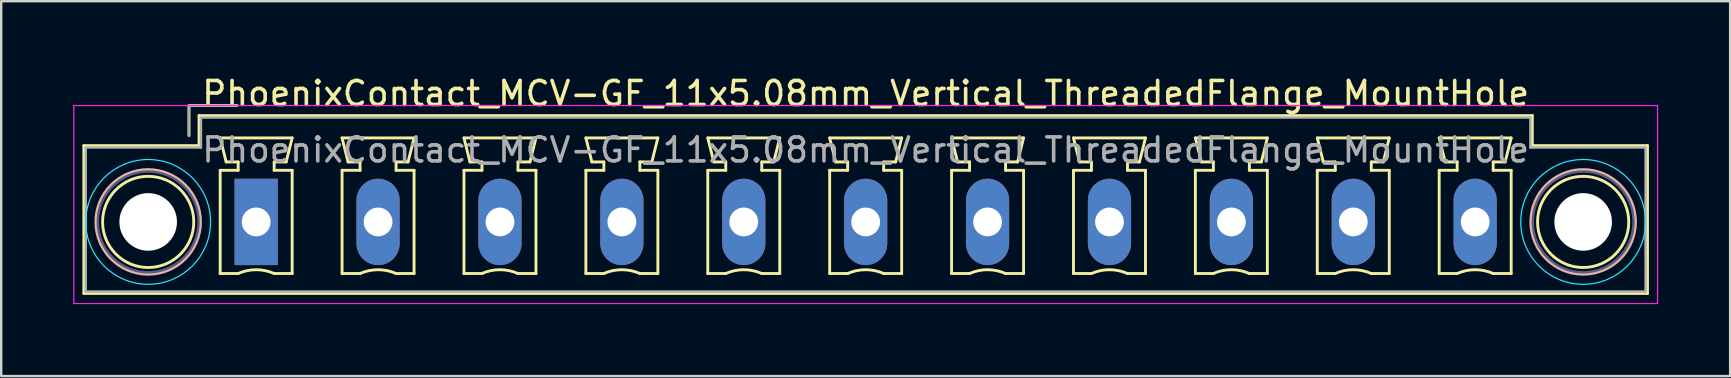
<source format=kicad_pcb>
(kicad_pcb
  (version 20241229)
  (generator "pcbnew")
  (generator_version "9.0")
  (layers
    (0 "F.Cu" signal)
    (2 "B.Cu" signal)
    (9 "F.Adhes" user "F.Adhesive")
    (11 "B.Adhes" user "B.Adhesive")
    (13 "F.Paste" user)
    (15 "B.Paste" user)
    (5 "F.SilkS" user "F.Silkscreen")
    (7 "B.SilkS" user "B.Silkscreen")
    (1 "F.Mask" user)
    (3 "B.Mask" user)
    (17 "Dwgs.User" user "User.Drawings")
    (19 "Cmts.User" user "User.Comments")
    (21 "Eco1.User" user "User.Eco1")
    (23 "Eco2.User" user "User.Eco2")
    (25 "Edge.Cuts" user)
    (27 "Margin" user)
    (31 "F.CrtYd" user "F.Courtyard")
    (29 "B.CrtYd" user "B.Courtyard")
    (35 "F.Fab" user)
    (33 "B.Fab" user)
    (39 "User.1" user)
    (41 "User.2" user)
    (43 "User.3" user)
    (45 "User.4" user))
  (footprint "PhoenixContact_MCV-GF_11x5.08mm_Vertical_ThreadedFlange_MountHole"
    (layer "F.Cu")
    (at 7.625 6.198)
    (property "Reference" "PhoenixContact_MCV-GF_11x5.08mm_Vertical_ThreadedFlange_MountHole" (at 25.4 -5.35 0) (layer "F.SilkS") (effects (font (size 1 1) (thickness 0.15))))
    (attr through_hole)
    (fp_line (start -7.18 -3.18) (end -7.18 2.98) (stroke (width 0.12) (type solid)) (layer "F.SilkS"))
    (fp_line (start -7.18 2.98) (end 57.98 2.98) (stroke (width 0.12) (type solid)) (layer "F.SilkS"))
    (fp_line (start -2.8 -4.85) (end -0.8 -4.85) (stroke (width 0.12) (type solid)) (layer "F.SilkS"))
    (fp_line (start -2.8 -3.6) (end -2.8 -4.85) (stroke (width 0.12) (type solid)) (layer "F.SilkS"))
    (fp_line (start -2.38 -4.43) (end -2.38 -3.18) (stroke (width 0.12) (type solid)) (layer "F.SilkS"))
    (fp_line (start -2.38 -3.18) (end -7.18 -3.18) (stroke (width 0.12) (type solid)) (layer "F.SilkS"))
    (fp_line (start -1.5 -3.5) (end 1.5 -3.5) (stroke (width 0.12) (type solid)) (layer "F.SilkS"))
    (fp_line (start -1.5 -2.15) (end -0.75 -2.15) (stroke (width 0.12) (type solid)) (layer "F.SilkS"))
    (fp_line (start -1.5 2.15) (end -1.5 -2.15) (stroke (width 0.12) (type solid)) (layer "F.SilkS"))
    (fp_line (start -1.25 -2.5) (end -1.5 -3.5) (stroke (width 0.12) (type solid)) (layer "F.SilkS"))
    (fp_line (start -0.75 -2.5) (end -1.25 -2.5) (stroke (width 0.12) (type solid)) (layer "F.SilkS"))
    (fp_line (start -0.75 -2.15) (end -0.75 -2.5) (stroke (width 0.12) (type solid)) (layer "F.SilkS"))
    (fp_line (start -0.75 2.15) (end -1.5 2.15) (stroke (width 0.12) (type solid)) (layer "F.SilkS"))
    (fp_line (start 0.75 -2.5) (end 0.75 -2.15) (stroke (width 0.12) (type solid)) (layer "F.SilkS"))
    (fp_line (start 0.75 -2.15) (end 1.5 -2.15) (stroke (width 0.12) (type solid)) (layer "F.SilkS"))
    (fp_line (start 1.25 -2.5) (end 0.75 -2.5) (stroke (width 0.12) (type solid)) (layer "F.SilkS"))
    (fp_line (start 1.5 -3.5) (end 1.25 -2.5) (stroke (width 0.12) (type solid)) (layer "F.SilkS"))
    (fp_line (start 1.5 -2.15) (end 1.5 2.15) (stroke (width 0.12) (type solid)) (layer "F.SilkS"))
    (fp_line (start 1.5 2.15) (end 0.75 2.15) (stroke (width 0.12) (type solid)) (layer "F.SilkS"))
    (fp_line (start 3.58 -3.5) (end 6.58 -3.5) (stroke (width 0.12) (type solid)) (layer "F.SilkS"))
    (fp_line (start 3.58 -2.15) (end 4.33 -2.15) (stroke (width 0.12) (type solid)) (layer "F.SilkS"))
    (fp_line (start 3.58 2.15) (end 3.58 -2.15) (stroke (width 0.12) (type solid)) (layer "F.SilkS"))
    (fp_line (start 3.83 -2.5) (end 3.58 -3.5) (stroke (width 0.12) (type solid)) (layer "F.SilkS"))
    (fp_line (start 4.33 -2.5) (end 3.83 -2.5) (stroke (width 0.12) (type solid)) (layer "F.SilkS"))
    (fp_line (start 4.33 -2.15) (end 4.33 -2.5) (stroke (width 0.12) (type solid)) (layer "F.SilkS"))
    (fp_line (start 4.33 2.15) (end 3.58 2.15) (stroke (width 0.12) (type solid)) (layer "F.SilkS"))
    (fp_line (start 5.83 -2.5) (end 5.83 -2.15) (stroke (width 0.12) (type solid)) (layer "F.SilkS"))
    (fp_line (start 5.83 -2.15) (end 6.58 -2.15) (stroke (width 0.12) (type solid)) (layer "F.SilkS"))
    (fp_line (start 6.33 -2.5) (end 5.83 -2.5) (stroke (width 0.12) (type solid)) (layer "F.SilkS"))
    (fp_line (start 6.58 -3.5) (end 6.33 -2.5) (stroke (width 0.12) (type solid)) (layer "F.SilkS"))
    (fp_line (start 6.58 -2.15) (end 6.58 2.15) (stroke (width 0.12) (type solid)) (layer "F.SilkS"))
    (fp_line (start 6.58 2.15) (end 5.83 2.15) (stroke (width 0.12) (type solid)) (layer "F.SilkS"))
    (fp_line (start 8.66 -3.5) (end 11.66 -3.5) (stroke (width 0.12) (type solid)) (layer "F.SilkS"))
    (fp_line (start 8.66 -2.15) (end 9.41 -2.15) (stroke (width 0.12) (type solid)) (layer "F.SilkS"))
    (fp_line (start 8.66 2.15) (end 8.66 -2.15) (stroke (width 0.12) (type solid)) (layer "F.SilkS"))
    (fp_line (start 8.91 -2.5) (end 8.66 -3.5) (stroke (width 0.12) (type solid)) (layer "F.SilkS"))
    (fp_line (start 9.41 -2.5) (end 8.91 -2.5) (stroke (width 0.12) (type solid)) (layer "F.SilkS"))
    (fp_line (start 9.41 -2.15) (end 9.41 -2.5) (stroke (width 0.12) (type solid)) (layer "F.SilkS"))
    (fp_line (start 9.41 2.15) (end 8.66 2.15) (stroke (width 0.12) (type solid)) (layer "F.SilkS"))
    (fp_line (start 10.91 -2.5) (end 10.91 -2.15) (stroke (width 0.12) (type solid)) (layer "F.SilkS"))
    (fp_line (start 10.91 -2.15) (end 11.66 -2.15) (stroke (width 0.12) (type solid)) (layer "F.SilkS"))
    (fp_line (start 11.41 -2.5) (end 10.91 -2.5) (stroke (width 0.12) (type solid)) (layer "F.SilkS"))
    (fp_line (start 11.66 -3.5) (end 11.41 -2.5) (stroke (width 0.12) (type solid)) (layer "F.SilkS"))
    (fp_line (start 11.66 -2.15) (end 11.66 2.15) (stroke (width 0.12) (type solid)) (layer "F.SilkS"))
    (fp_line (start 11.66 2.15) (end 10.91 2.15) (stroke (width 0.12) (type solid)) (layer "F.SilkS"))
    (fp_line (start 13.74 -3.5) (end 16.74 -3.5) (stroke (width 0.12) (type solid)) (layer "F.SilkS"))
    (fp_line (start 13.74 -2.15) (end 14.49 -2.15) (stroke (width 0.12) (type solid)) (layer "F.SilkS"))
    (fp_line (start 13.74 2.15) (end 13.74 -2.15) (stroke (width 0.12) (type solid)) (layer "F.SilkS"))
    (fp_line (start 13.99 -2.5) (end 13.74 -3.5) (stroke (width 0.12) (type solid)) (layer "F.SilkS"))
    (fp_line (start 14.49 -2.5) (end 13.99 -2.5) (stroke (width 0.12) (type solid)) (layer "F.SilkS"))
    (fp_line (start 14.49 -2.15) (end 14.49 -2.5) (stroke (width 0.12) (type solid)) (layer "F.SilkS"))
    (fp_line (start 14.49 2.15) (end 13.74 2.15) (stroke (width 0.12) (type solid)) (layer "F.SilkS"))
    (fp_line (start 15.99 -2.5) (end 15.99 -2.15) (stroke (width 0.12) (type solid)) (layer "F.SilkS"))
    (fp_line (start 15.99 -2.15) (end 16.74 -2.15) (stroke (width 0.12) (type solid)) (layer "F.SilkS"))
    (fp_line (start 16.49 -2.5) (end 15.99 -2.5) (stroke (width 0.12) (type solid)) (layer "F.SilkS"))
    (fp_line (start 16.74 -3.5) (end 16.49 -2.5) (stroke (width 0.12) (type solid)) (layer "F.SilkS"))
    (fp_line (start 16.74 -2.15) (end 16.74 2.15) (stroke (width 0.12) (type solid)) (layer "F.SilkS"))
    (fp_line (start 16.74 2.15) (end 15.99 2.15) (stroke (width 0.12) (type solid)) (layer "F.SilkS"))
    (fp_line (start 18.82 -3.5) (end 21.82 -3.5) (stroke (width 0.12) (type solid)) (layer "F.SilkS"))
    (fp_line (start 18.82 -2.15) (end 19.57 -2.15) (stroke (width 0.12) (type solid)) (layer "F.SilkS"))
    (fp_line (start 18.82 2.15) (end 18.82 -2.15) (stroke (width 0.12) (type solid)) (layer "F.SilkS"))
    (fp_line (start 19.07 -2.5) (end 18.82 -3.5) (stroke (width 0.12) (type solid)) (layer "F.SilkS"))
    (fp_line (start 19.57 -2.5) (end 19.07 -2.5) (stroke (width 0.12) (type solid)) (layer "F.SilkS"))
    (fp_line (start 19.57 -2.15) (end 19.57 -2.5) (stroke (width 0.12) (type solid)) (layer "F.SilkS"))
    (fp_line (start 19.57 2.15) (end 18.82 2.15) (stroke (width 0.12) (type solid)) (layer "F.SilkS"))
    (fp_line (start 21.07 -2.5) (end 21.07 -2.15) (stroke (width 0.12) (type solid)) (layer "F.SilkS"))
    (fp_line (start 21.07 -2.15) (end 21.82 -2.15) (stroke (width 0.12) (type solid)) (layer "F.SilkS"))
    (fp_line (start 21.57 -2.5) (end 21.07 -2.5) (stroke (width 0.12) (type solid)) (layer "F.SilkS"))
    (fp_line (start 21.82 -3.5) (end 21.57 -2.5) (stroke (width 0.12) (type solid)) (layer "F.SilkS"))
    (fp_line (start 21.82 -2.15) (end 21.82 2.15) (stroke (width 0.12) (type solid)) (layer "F.SilkS"))
    (fp_line (start 21.82 2.15) (end 21.07 2.15) (stroke (width 0.12) (type solid)) (layer "F.SilkS"))
    (fp_line (start 23.9 -3.5) (end 26.9 -3.5) (stroke (width 0.12) (type solid)) (layer "F.SilkS"))
    (fp_line (start 23.9 -2.15) (end 24.65 -2.15) (stroke (width 0.12) (type solid)) (layer "F.SilkS"))
    (fp_line (start 23.9 2.15) (end 23.9 -2.15) (stroke (width 0.12) (type solid)) (layer "F.SilkS"))
    (fp_line (start 24.15 -2.5) (end 23.9 -3.5) (stroke (width 0.12) (type solid)) (layer "F.SilkS"))
    (fp_line (start 24.65 -2.5) (end 24.15 -2.5) (stroke (width 0.12) (type solid)) (layer "F.SilkS"))
    (fp_line (start 24.65 -2.15) (end 24.65 -2.5) (stroke (width 0.12) (type solid)) (layer "F.SilkS"))
    (fp_line (start 24.65 2.15) (end 23.9 2.15) (stroke (width 0.12) (type solid)) (layer "F.SilkS"))
    (fp_line (start 26.15 -2.5) (end 26.15 -2.15) (stroke (width 0.12) (type solid)) (layer "F.SilkS"))
    (fp_line (start 26.15 -2.15) (end 26.9 -2.15) (stroke (width 0.12) (type solid)) (layer "F.SilkS"))
    (fp_line (start 26.65 -2.5) (end 26.15 -2.5) (stroke (width 0.12) (type solid)) (layer "F.SilkS"))
    (fp_line (start 26.9 -3.5) (end 26.65 -2.5) (stroke (width 0.12) (type solid)) (layer "F.SilkS"))
    (fp_line (start 26.9 -2.15) (end 26.9 2.15) (stroke (width 0.12) (type solid)) (layer "F.SilkS"))
    (fp_line (start 26.9 2.15) (end 26.15 2.15) (stroke (width 0.12) (type solid)) (layer "F.SilkS"))
    (fp_line (start 28.98 -3.5) (end 31.98 -3.5) (stroke (width 0.12) (type solid)) (layer "F.SilkS"))
    (fp_line (start 28.98 -2.15) (end 29.73 -2.15) (stroke (width 0.12) (type solid)) (layer "F.SilkS"))
    (fp_line (start 28.98 2.15) (end 28.98 -2.15) (stroke (width 0.12) (type solid)) (layer "F.SilkS"))
    (fp_line (start 29.23 -2.5) (end 28.98 -3.5) (stroke (width 0.12) (type solid)) (layer "F.SilkS"))
    (fp_line (start 29.73 -2.5) (end 29.23 -2.5) (stroke (width 0.12) (type solid)) (layer "F.SilkS"))
    (fp_line (start 29.73 -2.15) (end 29.73 -2.5) (stroke (width 0.12) (type solid)) (layer "F.SilkS"))
    (fp_line (start 29.73 2.15) (end 28.98 2.15) (stroke (width 0.12) (type solid)) (layer "F.SilkS"))
    (fp_line (start 31.23 -2.5) (end 31.23 -2.15) (stroke (width 0.12) (type solid)) (layer "F.SilkS"))
    (fp_line (start 31.23 -2.15) (end 31.98 -2.15) (stroke (width 0.12) (type solid)) (layer "F.SilkS"))
    (fp_line (start 31.73 -2.5) (end 31.23 -2.5) (stroke (width 0.12) (type solid)) (layer "F.SilkS"))
    (fp_line (start 31.98 -3.5) (end 31.73 -2.5) (stroke (width 0.12) (type solid)) (layer "F.SilkS"))
    (fp_line (start 31.98 -2.15) (end 31.98 2.15) (stroke (width 0.12) (type solid)) (layer "F.SilkS"))
    (fp_line (start 31.98 2.15) (end 31.23 2.15) (stroke (width 0.12) (type solid)) (layer "F.SilkS"))
    (fp_line (start 34.06 -3.5) (end 37.06 -3.5) (stroke (width 0.12) (type solid)) (layer "F.SilkS"))
    (fp_line (start 34.06 -2.15) (end 34.81 -2.15) (stroke (width 0.12) (type solid)) (layer "F.SilkS"))
    (fp_line (start 34.06 2.15) (end 34.06 -2.15) (stroke (width 0.12) (type solid)) (layer "F.SilkS"))
    (fp_line (start 34.31 -2.5) (end 34.06 -3.5) (stroke (width 0.12) (type solid)) (layer "F.SilkS"))
    (fp_line (start 34.81 -2.5) (end 34.31 -2.5) (stroke (width 0.12) (type solid)) (layer "F.SilkS"))
    (fp_line (start 34.81 -2.15) (end 34.81 -2.5) (stroke (width 0.12) (type solid)) (layer "F.SilkS"))
    (fp_line (start 34.81 2.15) (end 34.06 2.15) (stroke (width 0.12) (type solid)) (layer "F.SilkS"))
    (fp_line (start 36.31 -2.5) (end 36.31 -2.15) (stroke (width 0.12) (type solid)) (layer "F.SilkS"))
    (fp_line (start 36.31 -2.15) (end 37.06 -2.15) (stroke (width 0.12) (type solid)) (layer "F.SilkS"))
    (fp_line (start 36.81 -2.5) (end 36.31 -2.5) (stroke (width 0.12) (type solid)) (layer "F.SilkS"))
    (fp_line (start 37.06 -3.5) (end 36.81 -2.5) (stroke (width 0.12) (type solid)) (layer "F.SilkS"))
    (fp_line (start 37.06 -2.15) (end 37.06 2.15) (stroke (width 0.12) (type solid)) (layer "F.SilkS"))
    (fp_line (start 37.06 2.15) (end 36.31 2.15) (stroke (width 0.12) (type solid)) (layer "F.SilkS"))
    (fp_line (start 39.14 -3.5) (end 42.14 -3.5) (stroke (width 0.12) (type solid)) (layer "F.SilkS"))
    (fp_line (start 39.14 -2.15) (end 39.89 -2.15) (stroke (width 0.12) (type solid)) (layer "F.SilkS"))
    (fp_line (start 39.14 2.15) (end 39.14 -2.15) (stroke (width 0.12) (type solid)) (layer "F.SilkS"))
    (fp_line (start 39.39 -2.5) (end 39.14 -3.5) (stroke (width 0.12) (type solid)) (layer "F.SilkS"))
    (fp_line (start 39.89 -2.5) (end 39.39 -2.5) (stroke (width 0.12) (type solid)) (layer "F.SilkS"))
    (fp_line (start 39.89 -2.15) (end 39.89 -2.5) (stroke (width 0.12) (type solid)) (layer "F.SilkS"))
    (fp_line (start 39.89 2.15) (end 39.14 2.15) (stroke (width 0.12) (type solid)) (layer "F.SilkS"))
    (fp_line (start 41.39 -2.5) (end 41.39 -2.15) (stroke (width 0.12) (type solid)) (layer "F.SilkS"))
    (fp_line (start 41.39 -2.15) (end 42.14 -2.15) (stroke (width 0.12) (type solid)) (layer "F.SilkS"))
    (fp_line (start 41.89 -2.5) (end 41.39 -2.5) (stroke (width 0.12) (type solid)) (layer "F.SilkS"))
    (fp_line (start 42.14 -3.5) (end 41.89 -2.5) (stroke (width 0.12) (type solid)) (layer "F.SilkS"))
    (fp_line (start 42.14 -2.15) (end 42.14 2.15) (stroke (width 0.12) (type solid)) (layer "F.SilkS"))
    (fp_line (start 42.14 2.15) (end 41.39 2.15) (stroke (width 0.12) (type solid)) (layer "F.SilkS"))
    (fp_line (start 44.22 -3.5) (end 47.22 -3.5) (stroke (width 0.12) (type solid)) (layer "F.SilkS"))
    (fp_line (start 44.22 -2.15) (end 44.97 -2.15) (stroke (width 0.12) (type solid)) (layer "F.SilkS"))
    (fp_line (start 44.22 2.15) (end 44.22 -2.15) (stroke (width 0.12) (type solid)) (layer "F.SilkS"))
    (fp_line (start 44.47 -2.5) (end 44.22 -3.5) (stroke (width 0.12) (type solid)) (layer "F.SilkS"))
    (fp_line (start 44.97 -2.5) (end 44.47 -2.5) (stroke (width 0.12) (type solid)) (layer "F.SilkS"))
    (fp_line (start 44.97 -2.15) (end 44.97 -2.5) (stroke (width 0.12) (type solid)) (layer "F.SilkS"))
    (fp_line (start 44.97 2.15) (end 44.22 2.15) (stroke (width 0.12) (type solid)) (layer "F.SilkS"))
    (fp_line (start 46.47 -2.5) (end 46.47 -2.15) (stroke (width 0.12) (type solid)) (layer "F.SilkS"))
    (fp_line (start 46.47 -2.15) (end 47.22 -2.15) (stroke (width 0.12) (type solid)) (layer "F.SilkS"))
    (fp_line (start 46.97 -2.5) (end 46.47 -2.5) (stroke (width 0.12) (type solid)) (layer "F.SilkS"))
    (fp_line (start 47.22 -3.5) (end 46.97 -2.5) (stroke (width 0.12) (type solid)) (layer "F.SilkS"))
    (fp_line (start 47.22 -2.15) (end 47.22 2.15) (stroke (width 0.12) (type solid)) (layer "F.SilkS"))
    (fp_line (start 47.22 2.15) (end 46.47 2.15) (stroke (width 0.12) (type solid)) (layer "F.SilkS"))
    (fp_line (start 49.3 -3.5) (end 52.3 -3.5) (stroke (width 0.12) (type solid)) (layer "F.SilkS"))
    (fp_line (start 49.3 -2.15) (end 50.05 -2.15) (stroke (width 0.12) (type solid)) (layer "F.SilkS"))
    (fp_line (start 49.3 2.15) (end 49.3 -2.15) (stroke (width 0.12) (type solid)) (layer "F.SilkS"))
    (fp_line (start 49.55 -2.5) (end 49.3 -3.5) (stroke (width 0.12) (type solid)) (layer "F.SilkS"))
    (fp_line (start 50.05 -2.5) (end 49.55 -2.5) (stroke (width 0.12) (type solid)) (layer "F.SilkS"))
    (fp_line (start 50.05 -2.15) (end 50.05 -2.5) (stroke (width 0.12) (type solid)) (layer "F.SilkS"))
    (fp_line (start 50.05 2.15) (end 49.3 2.15) (stroke (width 0.12) (type solid)) (layer "F.SilkS"))
    (fp_line (start 51.55 -2.5) (end 51.55 -2.15) (stroke (width 0.12) (type solid)) (layer "F.SilkS"))
    (fp_line (start 51.55 -2.15) (end 52.3 -2.15) (stroke (width 0.12) (type solid)) (layer "F.SilkS"))
    (fp_line (start 52.05 -2.5) (end 51.55 -2.5) (stroke (width 0.12) (type solid)) (layer "F.SilkS"))
    (fp_line (start 52.3 -3.5) (end 52.05 -2.5) (stroke (width 0.12) (type solid)) (layer "F.SilkS"))
    (fp_line (start 52.3 -2.15) (end 52.3 2.15) (stroke (width 0.12) (type solid)) (layer "F.SilkS"))
    (fp_line (start 52.3 2.15) (end 51.55 2.15) (stroke (width 0.12) (type solid)) (layer "F.SilkS"))
    (fp_line (start 53.18 -4.43) (end -2.38 -4.43) (stroke (width 0.12) (type solid)) (layer "F.SilkS"))
    (fp_line (start 53.18 -3.18) (end 53.18 -4.43) (stroke (width 0.12) (type solid)) (layer "F.SilkS"))
    (fp_line (start 57.98 -3.18) (end 53.18 -3.18) (stroke (width 0.12) (type solid)) (layer "F.SilkS"))
    (fp_line (start 57.98 2.98) (end 57.98 -3.18) (stroke (width 0.12) (type solid)) (layer "F.SilkS"))
    (fp_arc (start -0.75 2.15) (mid -0.000193 1.99191) (end 0.749647 2.149844) (stroke (width 0.12) (type solid)) (layer "F.SilkS"))
    (fp_arc (start 4.33 2.15) (mid 5.079807 1.99191) (end 5.829647 2.149844) (stroke (width 0.12) (type solid)) (layer "F.SilkS"))
    (fp_arc (start 9.41 2.15) (mid 10.159807 1.99191) (end 10.909647 2.149844) (stroke (width 0.12) (type solid)) (layer "F.SilkS"))
    (fp_arc (start 14.49 2.15) (mid 15.239807 1.99191) (end 15.989647 2.149844) (stroke (width 0.12) (type solid)) (layer "F.SilkS"))
    (fp_arc (start 19.57 2.15) (mid 20.319807 1.99191) (end 21.069647 2.149844) (stroke (width 0.12) (type solid)) (layer "F.SilkS"))
    (fp_arc (start 24.65 2.15) (mid 25.399807 1.99191) (end 26.149647 2.149844) (stroke (width 0.12) (type solid)) (layer "F.SilkS"))
    (fp_arc (start 29.73 2.15) (mid 30.479807 1.99191) (end 31.229647 2.149844) (stroke (width 0.12) (type solid)) (layer "F.SilkS"))
    (fp_arc (start 34.81 2.15) (mid 35.559807 1.99191) (end 36.309647 2.149844) (stroke (width 0.12) (type solid)) (layer "F.SilkS"))
    (fp_arc (start 39.89 2.15) (mid 40.639807 1.99191) (end 41.389647 2.149844) (stroke (width 0.12) (type solid)) (layer "F.SilkS"))
    (fp_arc (start 44.97 2.15) (mid 45.719807 1.99191) (end 46.469647 2.149844) (stroke (width 0.12) (type solid)) (layer "F.SilkS"))
    (fp_arc (start 50.05 2.15) (mid 50.799807 1.99191) (end 51.549647 2.149844) (stroke (width 0.12) (type solid)) (layer "F.SilkS"))
    (fp_circle (center -4.5 0) (end -2.6 0) (stroke (width 0.12) (type solid)) (fill no) (layer "F.SilkS"))
    (fp_circle (center 55.3 0) (end 57.2 0) (stroke (width 0.12) (type solid)) (fill no) (layer "F.SilkS"))
    (fp_circle (center -4.5 0) (end -2.32 0) (stroke (width 0.12) (type solid)) (fill no) (layer "B.SilkS"))
    (fp_circle (center 55.3 0) (end 57.48 0) (stroke (width 0.12) (type solid)) (fill no) (layer "B.SilkS"))
    (fp_circle (center -4.5 0) (end -1.9 0) (stroke (width 0.05) (type solid)) (fill no) (layer "B.CrtYd"))
    (fp_circle (center 55.3 0) (end 57.9 0) (stroke (width 0.05) (type solid)) (fill no) (layer "B.CrtYd"))
    (fp_line (start -7.6 -4.85) (end -7.6 3.4) (stroke (width 0.05) (type solid)) (layer "F.CrtYd"))
    (fp_line (start -7.6 3.4) (end 58.4 3.4) (stroke (width 0.05) (type solid)) (layer "F.CrtYd"))
    (fp_line (start 58.4 -4.85) (end -7.6 -4.85) (stroke (width 0.05) (type solid)) (layer "F.CrtYd"))
    (fp_line (start 58.4 3.4) (end 58.4 -4.85) (stroke (width 0.05) (type solid)) (layer "F.CrtYd"))
    (fp_circle (center -4.5 0) (end -2.4 0) (stroke (width 0.1) (type solid)) (fill no) (layer "B.Fab"))
    (fp_circle (center 55.3 0) (end 57.4 0) (stroke (width 0.1) (type solid)) (fill no) (layer "B.Fab"))
    (fp_line (start -7.1 -3.1) (end -7.1 2.9) (stroke (width 0.1) (type solid)) (layer "F.Fab"))
    (fp_line (start -7.1 2.9) (end 57.9 2.9) (stroke (width 0.1) (type solid)) (layer "F.Fab"))
    (fp_line (start -2.8 -4.85) (end -0.8 -4.85) (stroke (width 0.1) (type solid)) (layer "F.Fab"))
    (fp_line (start -2.8 -3.6) (end -2.8 -4.85) (stroke (width 0.1) (type solid)) (layer "F.Fab"))
    (fp_line (start -2.3 -4.35) (end -2.3 -3.1) (stroke (width 0.1) (type solid)) (layer "F.Fab"))
    (fp_line (start -2.3 -3.1) (end -7.1 -3.1) (stroke (width 0.1) (type solid)) (layer "F.Fab"))
    (fp_line (start 53.1 -4.35) (end -2.3 -4.35) (stroke (width 0.1) (type solid)) (layer "F.Fab"))
    (fp_line (start 53.1 -3.1) (end 53.1 -4.35) (stroke (width 0.1) (type solid)) (layer "F.Fab"))
    (fp_line (start 57.9 -3.1) (end 53.1 -3.1) (stroke (width 0.1) (type solid)) (layer "F.Fab"))
    (fp_line (start 57.9 2.9) (end 57.9 -3.1) (stroke (width 0.1) (type solid)) (layer "F.Fab"))
    (fp_text user "${REFERENCE}" (at 25.4 -3 0) (layer "F.Fab") (effects (font (size 1 1) (thickness 0.15))))
    (pad "" np_thru_hole circle (at -4.5 0) (size 2.4 2.4) (drill 2.4) (layers "*.Cu" "*.Mask"))
    (pad "" np_thru_hole circle (at 55.3 0) (size 2.4 2.4) (drill 2.4) (layers "*.Cu" "*.Mask"))
    (pad "1" thru_hole rect (at 0 0) (size 1.8 3.6) (drill 1.2) (layers "*.Cu" "*.Mask"))
    (pad "2" thru_hole oval (at 5.08 0) (size 1.8 3.6) (drill 1.2) (layers "*.Cu" "*.Mask"))
    (pad "3" thru_hole oval (at 10.16 0) (size 1.8 3.6) (drill 1.2) (layers "*.Cu" "*.Mask"))
    (pad "4" thru_hole oval (at 15.24 0) (size 1.8 3.6) (drill 1.2) (layers "*.Cu" "*.Mask"))
    (pad "5" thru_hole oval (at 20.32 0) (size 1.8 3.6) (drill 1.2) (layers "*.Cu" "*.Mask"))
    (pad "6" thru_hole oval (at 25.4 0) (size 1.8 3.6) (drill 1.2) (layers "*.Cu" "*.Mask"))
    (pad "7" thru_hole oval (at 30.48 0) (size 1.8 3.6) (drill 1.2) (layers "*.Cu" "*.Mask"))
    (pad "8" thru_hole oval (at 35.56 0) (size 1.8 3.6) (drill 1.2) (layers "*.Cu" "*.Mask"))
    (pad "9" thru_hole oval (at 40.64 0) (size 1.8 3.6) (drill 1.2) (layers "*.Cu" "*.Mask"))
    (pad "10" thru_hole oval (at 45.72 0) (size 1.8 3.6) (drill 1.2) (layers "*.Cu" "*.Mask"))
    (pad "11" thru_hole oval (at 50.8 0) (size 1.8 3.6) (drill 1.2) (layers "*.Cu" "*.Mask")))
  (gr_rect
    (start -3 -3)
    (end 69.05 12.623)
    (stroke (width 0.1) (type default))
    (fill no)
    (layer "Edge.Cuts")))
</source>
